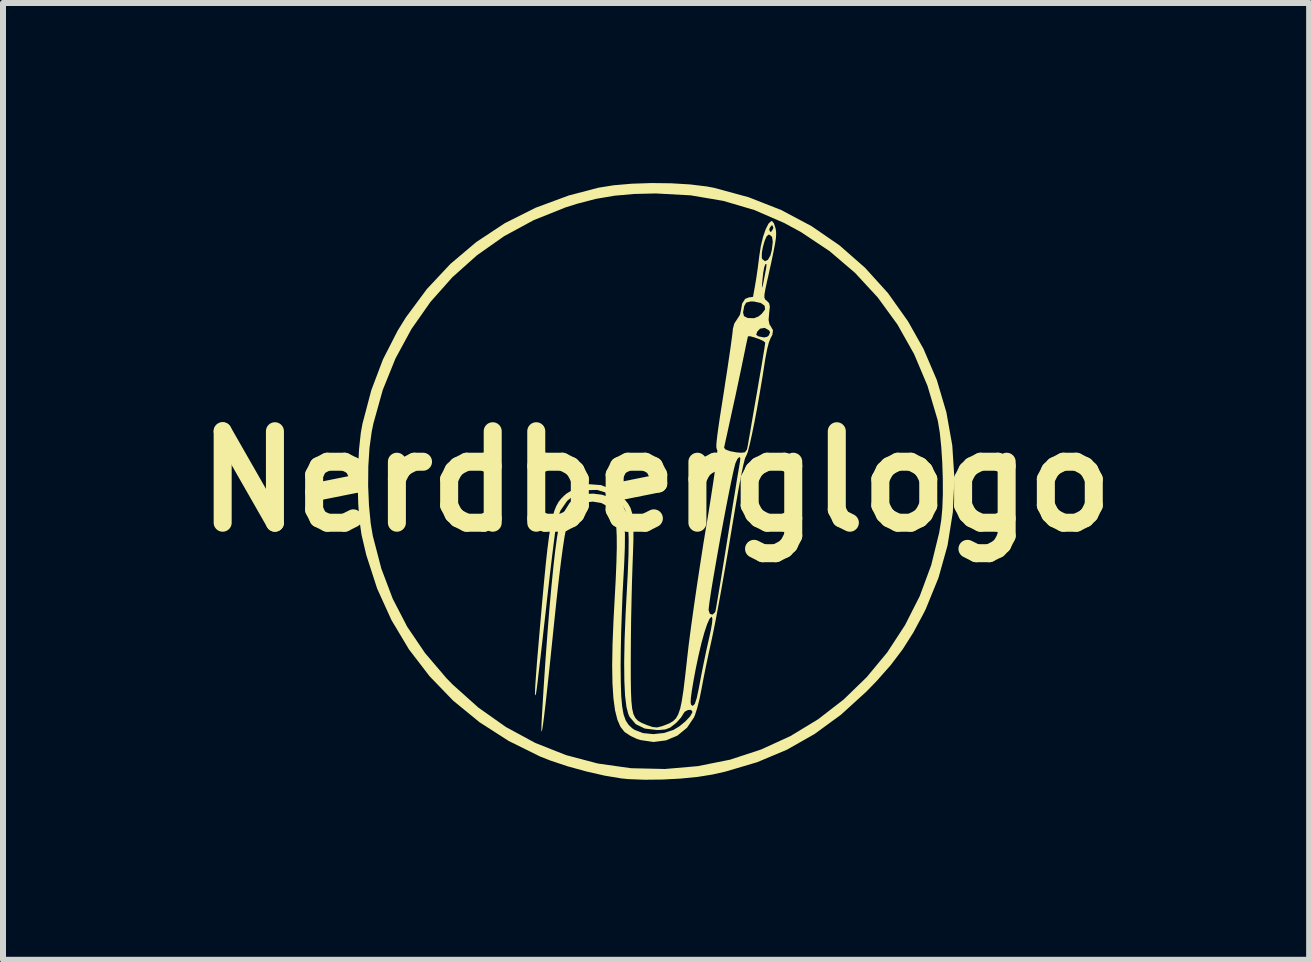
<source format=kicad_pcb>
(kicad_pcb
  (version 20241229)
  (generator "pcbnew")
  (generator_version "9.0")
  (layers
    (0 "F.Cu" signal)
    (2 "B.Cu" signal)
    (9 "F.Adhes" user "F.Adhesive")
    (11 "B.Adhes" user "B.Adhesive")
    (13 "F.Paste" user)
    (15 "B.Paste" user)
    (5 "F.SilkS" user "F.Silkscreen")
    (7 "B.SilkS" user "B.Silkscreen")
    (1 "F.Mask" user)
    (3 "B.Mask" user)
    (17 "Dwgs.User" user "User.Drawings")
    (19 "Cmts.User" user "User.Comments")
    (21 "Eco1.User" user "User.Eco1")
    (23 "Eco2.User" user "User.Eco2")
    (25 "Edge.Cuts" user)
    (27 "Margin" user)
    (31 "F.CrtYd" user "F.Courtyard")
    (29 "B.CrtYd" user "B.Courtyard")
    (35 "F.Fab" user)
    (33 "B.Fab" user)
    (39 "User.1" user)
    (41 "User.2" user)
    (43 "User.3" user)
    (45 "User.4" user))
  (footprint "Nerdberglogo"
    (layer "F.Cu")
    (at 7.881 4.97)
    (property "Reference" "Nerdberglogo" (at 0 0 0) (layer "F.SilkS") (effects (font (size 1.524 1.524) (thickness 0.3))))
    (attr through_hole)
    (fp_poly (pts (xy 0.252 -4.966) (xy 0.568 -4.947) (xy 0.848 -4.913) (xy 0.964 -4.891) (xy 1.542 -4.734) (xy 2.085 -4.521) (xy 2.591 -4.252) (xy 3.058 -3.931) (xy 3.483 -3.558) (xy 3.864 -3.137) (xy 4.198 -2.667) (xy 4.457 -2.206) (xy 4.679 -1.687) (xy 4.838 -1.149) (xy 4.936 -0.598) (xy 4.972 -0.04) (xy 4.945 0.517) (xy 4.857 1.069) (xy 4.706 1.608) (xy 4.494 2.128) (xy 4.455 2.206) (xy 4.287 2.519) (xy 4.11 2.798) (xy 3.912 3.06) (xy 3.677 3.326) (xy 3.504 3.504) (xy 3.082 3.888) (xy 2.643 4.209) (xy 2.18 4.472) (xy 1.685 4.68) (xy 1.151 4.838) (xy 0.936 4.886) (xy 0.692 4.925) (xy 0.407 4.953) (xy 0.105 4.969) (xy -0.19 4.972) (xy -0.456 4.962) (xy -0.579 4.95) (xy -0.855 4.904) (xy -1.162 4.834) (xy -1.474 4.748) (xy -1.764 4.651) (xy -1.932 4.585) (xy -2.457 4.325) (xy -2.941 4.014) (xy -3.381 3.654) (xy -3.773 3.248) (xy -4.117 2.8) (xy -4.409 2.311) (xy -4.647 1.787) (xy -4.828 1.228) (xy -4.907 0.891) (xy -4.941 0.658) (xy -4.962 0.379) (xy -4.97 0.075) (xy -4.797 0.075) (xy -4.783 0.401) (xy -4.754 0.703) (xy -4.719 0.91) (xy -4.577 1.455) (xy -4.387 1.957) (xy -4.146 2.423) (xy -3.85 2.86) (xy -3.494 3.278) (xy -3.387 3.388) (xy -2.96 3.77) (xy -2.501 4.094) (xy -2.014 4.358) (xy -1.502 4.561) (xy -0.969 4.702) (xy -0.417 4.78) (xy 0.148 4.793) (xy 0.691 4.746) (xy 1.233 4.638) (xy 1.751 4.468) (xy 2.242 4.243) (xy 2.701 3.964) (xy 3.125 3.636) (xy 3.51 3.263) (xy 3.853 2.849) (xy 4.148 2.397) (xy 4.394 1.912) (xy 4.585 1.396) (xy 4.718 0.855) (xy 4.752 0.646) (xy 4.77 0.453) (xy 4.779 0.217) (xy 4.778 -0.046) (xy 4.769 -0.316) (xy 4.752 -0.577) (xy 4.728 -0.81) (xy 4.697 -0.998) (xy 4.69 -1.028) (xy 4.523 -1.591) (xy 4.3 -2.12) (xy 4.023 -2.612) (xy 3.694 -3.064) (xy 3.316 -3.473) (xy 2.891 -3.836) (xy 2.42 -4.15) (xy 2.133 -4.306) (xy 1.636 -4.521) (xy 1.12 -4.673) (xy 0.579 -4.765) (xy 0.01 -4.796) (xy 0 -4.797) (xy -0.367 -4.788) (xy -0.692 -4.759) (xy -0.999 -4.707) (xy -1.311 -4.626) (xy -1.514 -4.562) (xy -2.04 -4.351) (xy -2.531 -4.085) (xy -2.983 -3.767) (xy -3.393 -3.401) (xy -3.758 -2.99) (xy -4.075 -2.538) (xy -4.341 -2.048) (xy -4.553 -1.524) (xy -4.708 -0.969) (xy -4.738 -0.825) (xy -4.774 -0.561) (xy -4.794 -0.253) (xy -4.797 0.075) (xy -4.97 0.075) (xy -4.97 0.073) (xy -4.965 -0.24) (xy -4.948 -0.541) (xy -4.919 -0.809) (xy -4.891 -0.962) (xy -4.744 -1.519) (xy -4.55 -2.032) (xy -4.306 -2.509) (xy -4.168 -2.732) (xy -3.819 -3.203) (xy -3.427 -3.622) (xy -2.994 -3.988) (xy -2.52 -4.301) (xy -2.006 -4.559) (xy -1.454 -4.763) (xy -0.962 -4.892) (xy -0.707 -4.933) (xy -0.405 -4.959) (xy -0.079 -4.97)) (stroke (width 0) (type solid)) (fill yes) (layer "F.SilkS"))
    (fp_poly (pts (xy 1.934 -4.335) (xy 1.964 -4.298) (xy 1.99 -4.22) (xy 1.993 -4.208) (xy 2 -4.162) (xy 2.001 -4.109) (xy 1.996 -4.041) (xy 1.981 -3.948) (xy 1.956 -3.82) (xy 1.92 -3.647) (xy 1.87 -3.422) (xy 1.854 -3.352) (xy 1.823 -3.209) (xy 1.807 -3.117) (xy 1.805 -3.063) (xy 1.818 -3.031) (xy 1.845 -3.008) (xy 1.848 -3.006) (xy 1.884 -2.968) (xy 1.896 -2.911) (xy 1.886 -2.812) (xy 1.885 -2.804) (xy 1.875 -2.687) (xy 1.891 -2.613) (xy 1.907 -2.591) (xy 1.949 -2.518) (xy 1.938 -2.44) (xy 1.907 -2.382) (xy 1.88 -2.314) (xy 1.851 -2.201) (xy 1.825 -2.065) (xy 1.82 -2.038) (xy 1.775 -1.75) (xy 1.728 -1.471) (xy 1.682 -1.209) (xy 1.637 -0.972) (xy 1.595 -0.767) (xy 1.558 -0.603) (xy 1.528 -0.487) (xy 1.505 -0.429) (xy 1.501 -0.424) (xy 1.481 -0.379) (xy 1.453 -0.267) (xy 1.416 -0.088) (xy 1.37 0.156) (xy 1.316 0.466) (xy 1.253 0.842) (xy 1.247 0.876) (xy 1.196 1.185) (xy 1.142 1.496) (xy 1.089 1.797) (xy 1.038 2.076) (xy 0.992 2.321) (xy 0.952 2.521) (xy 0.926 2.644) (xy 0.88 2.853) (xy 0.834 3.07) (xy 0.793 3.273) (xy 0.762 3.438) (xy 0.756 3.468) (xy 0.724 3.627) (xy 0.686 3.779) (xy 0.647 3.899) (xy 0.633 3.932) (xy 0.516 4.106) (xy 0.357 4.236) (xy 0.167 4.316) (xy -0.042 4.343) (xy -0.259 4.311) (xy -0.319 4.292) (xy -0.425 4.242) (xy -0.517 4.181) (xy -0.53 4.17) (xy -0.593 4.089) (xy -0.644 3.972) (xy -0.683 3.816) (xy -0.71 3.616) (xy -0.726 3.369) (xy -0.731 3.071) (xy -0.725 2.717) (xy -0.708 2.303) (xy -0.691 1.988) (xy -0.672 1.636) (xy -0.66 1.344) (xy -0.654 1.106) (xy -0.655 0.916) (xy -0.662 0.766) (xy -0.677 0.65) (xy -0.699 0.561) (xy -0.716 0.517) (xy -0.793 0.423) (xy -0.912 0.361) (xy -1.054 0.338) (xy -1.2 0.356) (xy -1.277 0.386) (xy -1.324 0.414) (xy -1.365 0.45) (xy -1.402 0.498) (xy -1.435 0.564) (xy -1.466 0.654) (xy -1.495 0.771) (xy -1.524 0.921) (xy -1.553 1.109) (xy -1.584 1.34) (xy -1.618 1.619) (xy -1.655 1.95) (xy -1.696 2.34) (xy -1.734 2.707) (xy -1.775 3.102) (xy -1.811 3.436) (xy -1.841 3.709) (xy -1.866 3.92) (xy -1.886 4.068) (xy -1.9 4.153) (xy -1.908 4.173) (xy -1.911 4.129) (xy -1.907 4.019) (xy -1.9 3.887) (xy -1.871 3.407) (xy -1.84 2.949) (xy -1.808 2.517) (xy -1.776 2.116) (xy -1.743 1.752) (xy -1.711 1.431) (xy -1.68 1.157) (xy -1.65 0.935) (xy -1.622 0.772) (xy -1.602 0.688) (xy -1.531 0.507) (xy -1.44 0.36) (xy -1.34 0.261) (xy -1.313 0.245) (xy -1.196 0.212) (xy -1.048 0.205) (xy -0.901 0.223) (xy -0.8 0.257) (xy -0.712 0.31) (xy -0.642 0.374) (xy -0.589 0.455) (xy -0.552 0.561) (xy -0.529 0.699) (xy -0.518 0.877) (xy -0.52 1.102) (xy -0.531 1.382) (xy -0.543 1.6) (xy -0.558 1.88) (xy -0.57 2.191) (xy -0.581 2.509) (xy -0.587 2.809) (xy -0.59 3.066) (xy -0.587 3.35) (xy -0.58 3.575) (xy -0.565 3.75) (xy -0.541 3.883) (xy -0.506 3.983) (xy -0.458 4.057) (xy -0.396 4.115) (xy -0.356 4.142) (xy -0.216 4.195) (xy -0.045 4.212) (xy 0.135 4.193) (xy 0.292 4.141) (xy 0.392 4.08) (xy 0.489 4) (xy 0.565 3.919) (xy 0.604 3.852) (xy 0.606 3.838) (xy 0.583 3.808) (xy 0.532 3.81) (xy 0.479 3.838) (xy 0.455 3.872) (xy 0.418 3.933) (xy 0.349 4.011) (xy 0.317 4.04) (xy 0.237 4.102) (xy 0.16 4.133) (xy 0.056 4.143) (xy 0.007 4.143) (xy -0.188 4.119) (xy -0.337 4.047) (xy -0.44 3.926) (xy -0.461 3.882) (xy -0.493 3.76) (xy -0.516 3.574) (xy -0.528 3.324) (xy -0.531 3.012) (xy -0.524 2.639) (xy -0.507 2.207) (xy -0.49 1.886) (xy -0.471 1.525) (xy -0.459 1.224) (xy -0.456 0.977) (xy -0.462 0.778) (xy -0.48 0.619) (xy -0.509 0.495) (xy -0.552 0.399) (xy -0.609 0.324) (xy -0.681 0.264) (xy -0.771 0.212) (xy -0.794 0.201) (xy -0.982 0.143) (xy -1.166 0.148) (xy -1.335 0.209) (xy -1.48 0.324) (xy -1.592 0.486) (xy -1.649 0.637) (xy -1.66 0.696) (xy -1.677 0.814) (xy -1.699 0.984) (xy -1.726 1.197) (xy -1.756 1.446) (xy -1.788 1.723) (xy -1.822 2.02) (xy -1.835 2.139) (xy -1.869 2.437) (xy -1.9 2.715) (xy -1.929 2.965) (xy -1.955 3.181) (xy -1.975 3.354) (xy -1.991 3.477) (xy -2.001 3.544) (xy -2.003 3.554) (xy -2.012 3.566) (xy -2.016 3.543) (xy -2.016 3.48) (xy -2.01 3.372) (xy -1.999 3.215) (xy -1.983 3.004) (xy -1.96 2.734) (xy -1.937 2.465) (xy -1.9 2.042) (xy -1.867 1.681) (xy -1.837 1.375) (xy -1.809 1.12) (xy -1.782 0.911) (xy -1.755 0.74) (xy -1.727 0.604) (xy -1.696 0.496) (xy -1.662 0.411) (xy -1.624 0.343) (xy -1.58 0.287) (xy -1.529 0.237) (xy -1.49 0.203) (xy -1.309 0.095) (xy -1.115 0.048) (xy -0.916 0.063) (xy -0.725 0.139) (xy -0.588 0.241) (xy -0.518 0.308) (xy -0.465 0.373) (xy -0.425 0.444) (xy -0.398 0.532) (xy -0.382 0.644) (xy -0.376 0.791) (xy -0.377 0.981) (xy -0.385 1.225) (xy -0.391 1.38) (xy -0.4 1.651) (xy -0.408 1.965) (xy -0.415 2.298) (xy -0.419 2.627) (xy -0.421 2.928) (xy -0.421 2.983) (xy -0.421 3.265) (xy -0.418 3.487) (xy -0.411 3.658) (xy -0.398 3.786) (xy -0.377 3.878) (xy -0.345 3.943) (xy -0.301 3.989) (xy -0.243 4.023) (xy -0.169 4.054) (xy -0.153 4.061) (xy -0.056 4.094) (xy 0.015 4.101) (xy 0.093 4.082) (xy 0.154 4.06) (xy 0.227 4.03) (xy 0.285 3.995) (xy 0.332 3.949) (xy 0.37 3.882) (xy 0.402 3.788) (xy 0.424 3.686) (xy 0.576 3.686) (xy 0.585 3.725) (xy 0.606 3.738) (xy 0.617 3.739) (xy 0.646 3.708) (xy 0.678 3.612) (xy 0.712 3.451) (xy 0.72 3.408) (xy 0.753 3.233) (xy 0.795 3.023) (xy 0.84 2.808) (xy 0.872 2.666) (xy 0.912 2.485) (xy 0.934 2.361) (xy 0.939 2.288) (xy 0.929 2.258) (xy 0.923 2.257) (xy 0.892 2.289) (xy 0.852 2.378) (xy 0.806 2.516) (xy 0.757 2.693) (xy 0.708 2.901) (xy 0.66 3.131) (xy 0.625 3.318) (xy 0.596 3.493) (xy 0.58 3.612) (xy 0.576 3.686) (xy 0.424 3.686) (xy 0.429 3.659) (xy 0.456 3.486) (xy 0.483 3.263) (xy 0.515 2.981) (xy 0.517 2.958) (xy 0.545 2.718) (xy 0.583 2.426) (xy 0.622 2.148) (xy 0.876 2.148) (xy 0.897 2.208) (xy 0.941 2.221) (xy 0.983 2.182) (xy 0.99 2.164) (xy 0.999 2.118) (xy 1.017 2.014) (xy 1.043 1.858) (xy 1.076 1.661) (xy 1.114 1.428) (xy 1.156 1.169) (xy 1.195 0.926) (xy 1.239 0.65) (xy 1.28 0.392) (xy 1.318 0.161) (xy 1.349 -0.035) (xy 1.375 -0.187) (xy 1.392 -0.289) (xy 1.399 -0.328) (xy 1.404 -0.392) (xy 1.386 -0.404) (xy 1.355 -0.372) (xy 1.323 -0.302) (xy 1.316 -0.278) (xy 1.289 -0.167) (xy 1.255 -0.007) (xy 1.214 0.193) (xy 1.169 0.422) (xy 1.122 0.67) (xy 1.074 0.928) (xy 1.028 1.185) (xy 0.985 1.432) (xy 0.946 1.658) (xy 0.914 1.854) (xy 0.891 2.009) (xy 0.878 2.114) (xy 0.876 2.148) (xy 0.622 2.148) (xy 0.629 2.097) (xy 0.68 1.747) (xy 0.734 1.391) (xy 0.788 1.043) (xy 0.826 0.813) (xy 0.874 0.525) (xy 0.916 0.258) (xy 0.953 0.018) (xy 0.983 -0.186) (xy 1.005 -0.348) (xy 1.018 -0.46) (xy 1.021 -0.514) (xy 1.02 -0.518) (xy 1.011 -0.537) (xy 1.007 -0.558) (xy 1.134 -0.558) (xy 1.16 -0.529) (xy 1.235 -0.502) (xy 1.341 -0.482) (xy 1.419 -0.476) (xy 1.482 -0.484) (xy 1.514 -0.529) (xy 1.526 -0.581) (xy 1.537 -0.645) (xy 1.558 -0.764) (xy 1.586 -0.928) (xy 1.62 -1.126) (xy 1.658 -1.346) (xy 1.682 -1.482) (xy 1.72 -1.706) (xy 1.755 -1.909) (xy 1.783 -2.08) (xy 1.805 -2.211) (xy 1.817 -2.291) (xy 1.819 -2.312) (xy 1.791 -2.336) (xy 1.724 -2.368) (xy 1.642 -2.397) (xy 1.57 -2.417) (xy 1.532 -2.416) (xy 1.531 -2.415) (xy 1.524 -2.382) (xy 1.505 -2.296) (xy 1.479 -2.17) (xy 1.452 -2.038) (xy 1.417 -1.868) (xy 1.372 -1.656) (xy 1.323 -1.424) (xy 1.273 -1.198) (xy 1.258 -1.129) (xy 1.218 -0.946) (xy 1.183 -0.785) (xy 1.155 -0.659) (xy 1.138 -0.58) (xy 1.134 -0.558) (xy 1.007 -0.558) (xy 1.005 -0.564) (xy 1.005 -0.606) (xy 1.01 -0.672) (xy 1.021 -0.767) (xy 1.039 -0.9) (xy 1.065 -1.077) (xy 1.101 -1.305) (xy 1.146 -1.593) (xy 1.147 -1.605) (xy 1.184 -1.84) (xy 1.216 -2.058) (xy 1.244 -2.247) (xy 1.264 -2.397) (xy 1.27 -2.442) (xy 1.669 -2.442) (xy 1.705 -2.416) (xy 1.71 -2.415) (xy 1.797 -2.398) (xy 1.849 -2.407) (xy 1.879 -2.431) (xy 1.9 -2.482) (xy 1.882 -2.516) (xy 1.811 -2.557) (xy 1.734 -2.544) (xy 1.686 -2.495) (xy 1.669 -2.442) (xy 1.27 -2.442) (xy 1.277 -2.5) (xy 1.28 -2.54) (xy 1.304 -2.63) (xy 1.347 -2.695) (xy 1.399 -2.776) (xy 1.407 -2.814) (xy 1.45 -2.814) (xy 1.465 -2.753) (xy 1.521 -2.724) (xy 1.541 -2.721) (xy 1.633 -2.718) (xy 1.703 -2.745) (xy 1.76 -2.79) (xy 1.816 -2.863) (xy 1.81 -2.925) (xy 1.747 -2.971) (xy 1.632 -2.996) (xy 1.579 -2.998) (xy 1.502 -2.978) (xy 1.47 -2.922) (xy 1.45 -2.814) (xy 1.407 -2.814) (xy 1.415 -2.849) (xy 1.434 -2.962) (xy 1.485 -3.04) (xy 1.551 -3.066) (xy 1.605 -3.071) (xy 1.617 -3.078) (xy 1.623 -3.115) (xy 1.638 -3.197) (xy 1.644 -3.229) (xy 1.765 -3.229) (xy 1.771 -3.238) (xy 1.787 -3.303) (xy 1.811 -3.428) (xy 1.835 -3.553) (xy 1.841 -3.616) (xy 1.825 -3.622) (xy 1.823 -3.62) (xy 1.804 -3.572) (xy 1.786 -3.477) (xy 1.774 -3.369) (xy 1.766 -3.274) (xy 1.765 -3.229) (xy 1.644 -3.229) (xy 1.651 -3.27) (xy 1.671 -3.39) (xy 1.694 -3.548) (xy 1.715 -3.713) (xy 1.717 -3.73) (xy 1.762 -3.73) (xy 1.769 -3.704) (xy 1.815 -3.668) (xy 1.864 -3.691) (xy 1.906 -3.764) (xy 1.929 -3.854) (xy 1.945 -3.991) (xy 1.933 -4.073) (xy 1.893 -4.108) (xy 1.873 -4.11) (xy 1.841 -4.08) (xy 1.809 -4.005) (xy 1.781 -3.907) (xy 1.763 -3.808) (xy 1.762 -3.73) (xy 1.717 -3.73) (xy 1.72 -3.753) (xy 1.746 -3.92) (xy 1.783 -4.074) (xy 1.823 -4.19) (xy 1.886 -4.19) (xy 1.903 -4.157) (xy 1.92 -4.16) (xy 1.951 -4.209) (xy 1.954 -4.232) (xy 1.937 -4.265) (xy 1.92 -4.261) (xy 1.89 -4.213) (xy 1.886 -4.19) (xy 1.823 -4.19) (xy 1.828 -4.203) (xy 1.874 -4.294) (xy 1.918 -4.335)) (stroke (width 0) (type solid)) (fill yes) (layer "F.SilkS")))
  (gr_rect
    (start -3 -3)
    (end 18.763 12.942)
    (stroke (width 0.1) (type default))
    (fill no)
    (layer "Edge.Cuts")))
</source>
